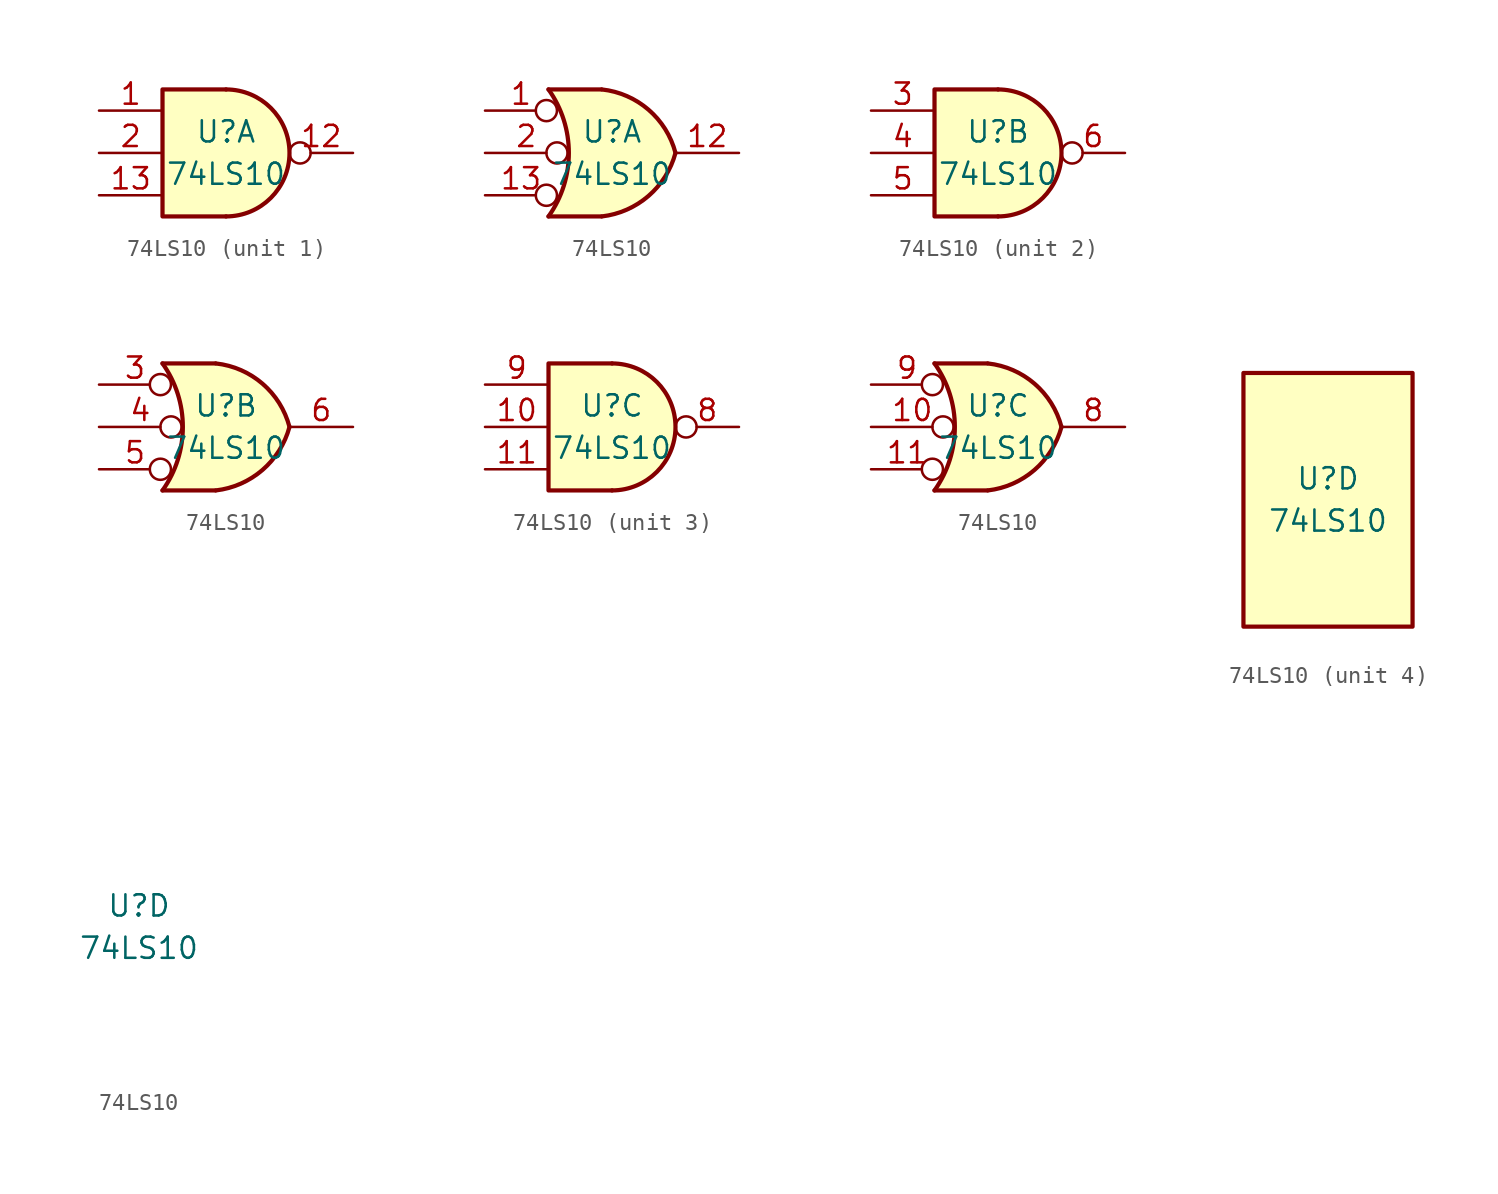
<source format=kicad_sym>
(kicad_symbol_lib
  (version 20211014)
  (generator kicad_symbol_editor)
  (symbol "74LS10"
    (pin_names
      (offset 1.016))
    (property "Reference" "U"
      (at 0 1.27 0)
      (effects (font (size 1.27 1.27))))
    (property "Value" "74LS10"
      (at 0 -1.27 0)
      (effects (font (size 1.27 1.27))))
    (property "ki_locked" ""
      (at 0 0 0)
      (effects (font (size 1.27 1.27))))
    (symbol "74LS10_1_1"
      (arc (start 0 -3.81) (mid 3.81 0) (end 0 3.81) (stroke (width 0.254) (type default) (color 0 0 0 0)) (fill (type background)))
      (polyline (pts (xy 0 3.81) (xy -3.81 3.81) (xy -3.81 -3.81) (xy 0 -3.81)) (stroke (width 0.254) (type default) (color 0 0 0 0)) (fill (type background)))
      (pin input line (at -7.62 2.54 0) (length 3.81) (name "~" (effects (font (size 1.27 1.27)))) (number "1" (effects (font (size 1.27 1.27)))))
      (pin output inverted (at 7.62 0 180) (length 3.81) (name "~" (effects (font (size 1.27 1.27)))) (number "12" (effects (font (size 1.27 1.27)))))
      (pin input line (at -7.62 -2.54 0) (length 3.81) (name "~" (effects (font (size 1.27 1.27)))) (number "13" (effects (font (size 1.27 1.27)))))
      (pin input line (at -7.62 0 0) (length 3.81) (name "~" (effects (font (size 1.27 1.27)))) (number "2" (effects (font (size 1.27 1.27))))))
    (symbol "74LS10_1_2"
      (arc (start -3.81 -3.81) (mid -2.589 0) (end -3.81 3.81) (stroke (width 0.254) (type default) (color 0 0 0 0)) (fill (type none)))
      (arc (start -0.6096 -3.81) (mid 2.1842 -2.5851) (end 3.81 0) (stroke (width 0.254) (type default) (color 0 0 0 0)) (fill (type background)))
      (polyline (pts (xy -3.81 -3.81) (xy -0.635 -3.81)) (stroke (width 0.254) (type default) (color 0 0 0 0)) (fill (type background)))
      (polyline (pts (xy -3.81 3.81) (xy -0.635 3.81)) (stroke (width 0.254) (type default) (color 0 0 0 0)) (fill (type background)))
      (polyline (pts (xy -0.635 3.81) (xy -3.81 3.81) (xy -3.81 3.81) (xy -3.556 3.404) (xy -3.023 2.261) (xy -2.692 1.041) (xy -2.616 -0.254) (xy -2.769 -1.499) (xy -3.175 -2.718) (xy -3.81 -3.81) (xy -3.81 -3.81) (xy -0.635 -3.81)) (stroke (width -25.4) (type default) (color 0 0 0 0)) (fill (type background)))
      (arc (start 3.81 0) (mid 2.1915 2.5936) (end -0.6096 3.81) (stroke (width 0.254) (type default) (color 0 0 0 0)) (fill (type background)))
      (pin input inverted (at -7.62 2.54 0) (length 4.318) (name "~" (effects (font (size 1.27 1.27)))) (number "1" (effects (font (size 1.27 1.27)))))
      (pin output line (at 7.62 0 180) (length 3.81) (name "~" (effects (font (size 1.27 1.27)))) (number "12" (effects (font (size 1.27 1.27)))))
      (pin input inverted (at -7.62 -2.54 0) (length 4.318) (name "~" (effects (font (size 1.27 1.27)))) (number "13" (effects (font (size 1.27 1.27)))))
      (pin input inverted (at -7.62 0 0) (length 4.953) (name "~" (effects (font (size 1.27 1.27)))) (number "2" (effects (font (size 1.27 1.27))))))
    (symbol "74LS10_2_1"
      (arc (start 0 -3.81) (mid 3.81 0) (end 0 3.81) (stroke (width 0.254) (type default) (color 0 0 0 0)) (fill (type background)))
      (polyline (pts (xy 0 3.81) (xy -3.81 3.81) (xy -3.81 -3.81) (xy 0 -3.81)) (stroke (width 0.254) (type default) (color 0 0 0 0)) (fill (type background)))
      (pin input line (at -7.62 2.54 0) (length 3.81) (name "~" (effects (font (size 1.27 1.27)))) (number "3" (effects (font (size 1.27 1.27)))))
      (pin input line (at -7.62 0 0) (length 3.81) (name "~" (effects (font (size 1.27 1.27)))) (number "4" (effects (font (size 1.27 1.27)))))
      (pin input line (at -7.62 -2.54 0) (length 3.81) (name "~" (effects (font (size 1.27 1.27)))) (number "5" (effects (font (size 1.27 1.27)))))
      (pin output inverted (at 7.62 0 180) (length 3.81) (name "~" (effects (font (size 1.27 1.27)))) (number "6" (effects (font (size 1.27 1.27))))))
    (symbol "74LS10_2_2"
      (arc (start -3.81 -3.81) (mid -2.589 0) (end -3.81 3.81) (stroke (width 0.254) (type default) (color 0 0 0 0)) (fill (type none)))
      (arc (start -0.6096 -3.81) (mid 2.1842 -2.5851) (end 3.81 0) (stroke (width 0.254) (type default) (color 0 0 0 0)) (fill (type background)))
      (polyline (pts (xy -3.81 -3.81) (xy -0.635 -3.81)) (stroke (width 0.254) (type default) (color 0 0 0 0)) (fill (type background)))
      (polyline (pts (xy -3.81 3.81) (xy -0.635 3.81)) (stroke (width 0.254) (type default) (color 0 0 0 0)) (fill (type background)))
      (polyline (pts (xy -0.635 3.81) (xy -3.81 3.81) (xy -3.81 3.81) (xy -3.556 3.404) (xy -3.023 2.261) (xy -2.692 1.041) (xy -2.616 -0.254) (xy -2.769 -1.499) (xy -3.175 -2.718) (xy -3.81 -3.81) (xy -3.81 -3.81) (xy -0.635 -3.81)) (stroke (width -25.4) (type default) (color 0 0 0 0)) (fill (type background)))
      (arc (start 3.81 0) (mid 2.1915 2.5936) (end -0.6096 3.81) (stroke (width 0.254) (type default) (color 0 0 0 0)) (fill (type background)))
      (pin input inverted (at -7.62 2.54 0) (length 4.318) (name "~" (effects (font (size 1.27 1.27)))) (number "3" (effects (font (size 1.27 1.27)))))
      (pin input inverted (at -7.62 0 0) (length 4.953) (name "~" (effects (font (size 1.27 1.27)))) (number "4" (effects (font (size 1.27 1.27)))))
      (pin input inverted (at -7.62 -2.54 0) (length 4.318) (name "~" (effects (font (size 1.27 1.27)))) (number "5" (effects (font (size 1.27 1.27)))))
      (pin output line (at 7.62 0 180) (length 3.81) (name "~" (effects (font (size 1.27 1.27)))) (number "6" (effects (font (size 1.27 1.27))))))
    (symbol "74LS10_3_1"
      (arc (start 0 -3.81) (mid 3.81 0) (end 0 3.81) (stroke (width 0.254) (type default) (color 0 0 0 0)) (fill (type background)))
      (polyline (pts (xy 0 3.81) (xy -3.81 3.81) (xy -3.81 -3.81) (xy 0 -3.81)) (stroke (width 0.254) (type default) (color 0 0 0 0)) (fill (type background)))
      (pin input line (at -7.62 0 0) (length 3.81) (name "~" (effects (font (size 1.27 1.27)))) (number "10" (effects (font (size 1.27 1.27)))))
      (pin input line (at -7.62 -2.54 0) (length 3.81) (name "~" (effects (font (size 1.27 1.27)))) (number "11" (effects (font (size 1.27 1.27)))))
      (pin output inverted (at 7.62 0 180) (length 3.81) (name "~" (effects (font (size 1.27 1.27)))) (number "8" (effects (font (size 1.27 1.27)))))
      (pin input line (at -7.62 2.54 0) (length 3.81) (name "~" (effects (font (size 1.27 1.27)))) (number "9" (effects (font (size 1.27 1.27))))))
    (symbol "74LS10_3_2"
      (arc (start -3.81 -3.81) (mid -2.589 0) (end -3.81 3.81) (stroke (width 0.254) (type default) (color 0 0 0 0)) (fill (type none)))
      (arc (start -0.6096 -3.81) (mid 2.1842 -2.5851) (end 3.81 0) (stroke (width 0.254) (type default) (color 0 0 0 0)) (fill (type background)))
      (polyline (pts (xy -3.81 -3.81) (xy -0.635 -3.81)) (stroke (width 0.254) (type default) (color 0 0 0 0)) (fill (type background)))
      (polyline (pts (xy -3.81 3.81) (xy -0.635 3.81)) (stroke (width 0.254) (type default) (color 0 0 0 0)) (fill (type background)))
      (polyline (pts (xy -0.635 3.81) (xy -3.81 3.81) (xy -3.81 3.81) (xy -3.556 3.404) (xy -3.023 2.261) (xy -2.692 1.041) (xy -2.616 -0.254) (xy -2.769 -1.499) (xy -3.175 -2.718) (xy -3.81 -3.81) (xy -3.81 -3.81) (xy -0.635 -3.81)) (stroke (width -25.4) (type default) (color 0 0 0 0)) (fill (type background)))
      (arc (start 3.81 0) (mid 2.1915 2.5936) (end -0.6096 3.81) (stroke (width 0.254) (type default) (color 0 0 0 0)) (fill (type background)))
      (pin input inverted (at -7.62 0 0) (length 4.953) (name "~" (effects (font (size 1.27 1.27)))) (number "10" (effects (font (size 1.27 1.27)))))
      (pin input inverted (at -7.62 -2.54 0) (length 4.318) (name "~" (effects (font (size 1.27 1.27)))) (number "11" (effects (font (size 1.27 1.27)))))
      (pin output line (at 7.62 0 180) (length 3.81) (name "~" (effects (font (size 1.27 1.27)))) (number "8" (effects (font (size 1.27 1.27)))))
      (pin input inverted (at -7.62 2.54 0) (length 4.318) (name "~" (effects (font (size 1.27 1.27)))) (number "9" (effects (font (size 1.27 1.27))))))
    (symbol "74LS10_4_0"
      (pin power_in line (at 0 7.62 270) (length 5.08) hide (name "VCC" (effects (font (size 1.27 1.27)))) (number "14" (effects (font (size 1.27 1.27)))))
      (pin power_in line (at 2.54 -7.62 90) (length 5.08) hide (name "VSS" (effects (font (size 1.27 1.27)))) (number "7" (effects (font (size 1.27 1.27))))))
    (symbol "74LS10_4_1"
      (rectangle (start -5.08 7.62) (end 5.08 -7.62) (stroke (width 0.254) (type default) (color 0 0 0 0)) (fill (type background))))))
</source>
